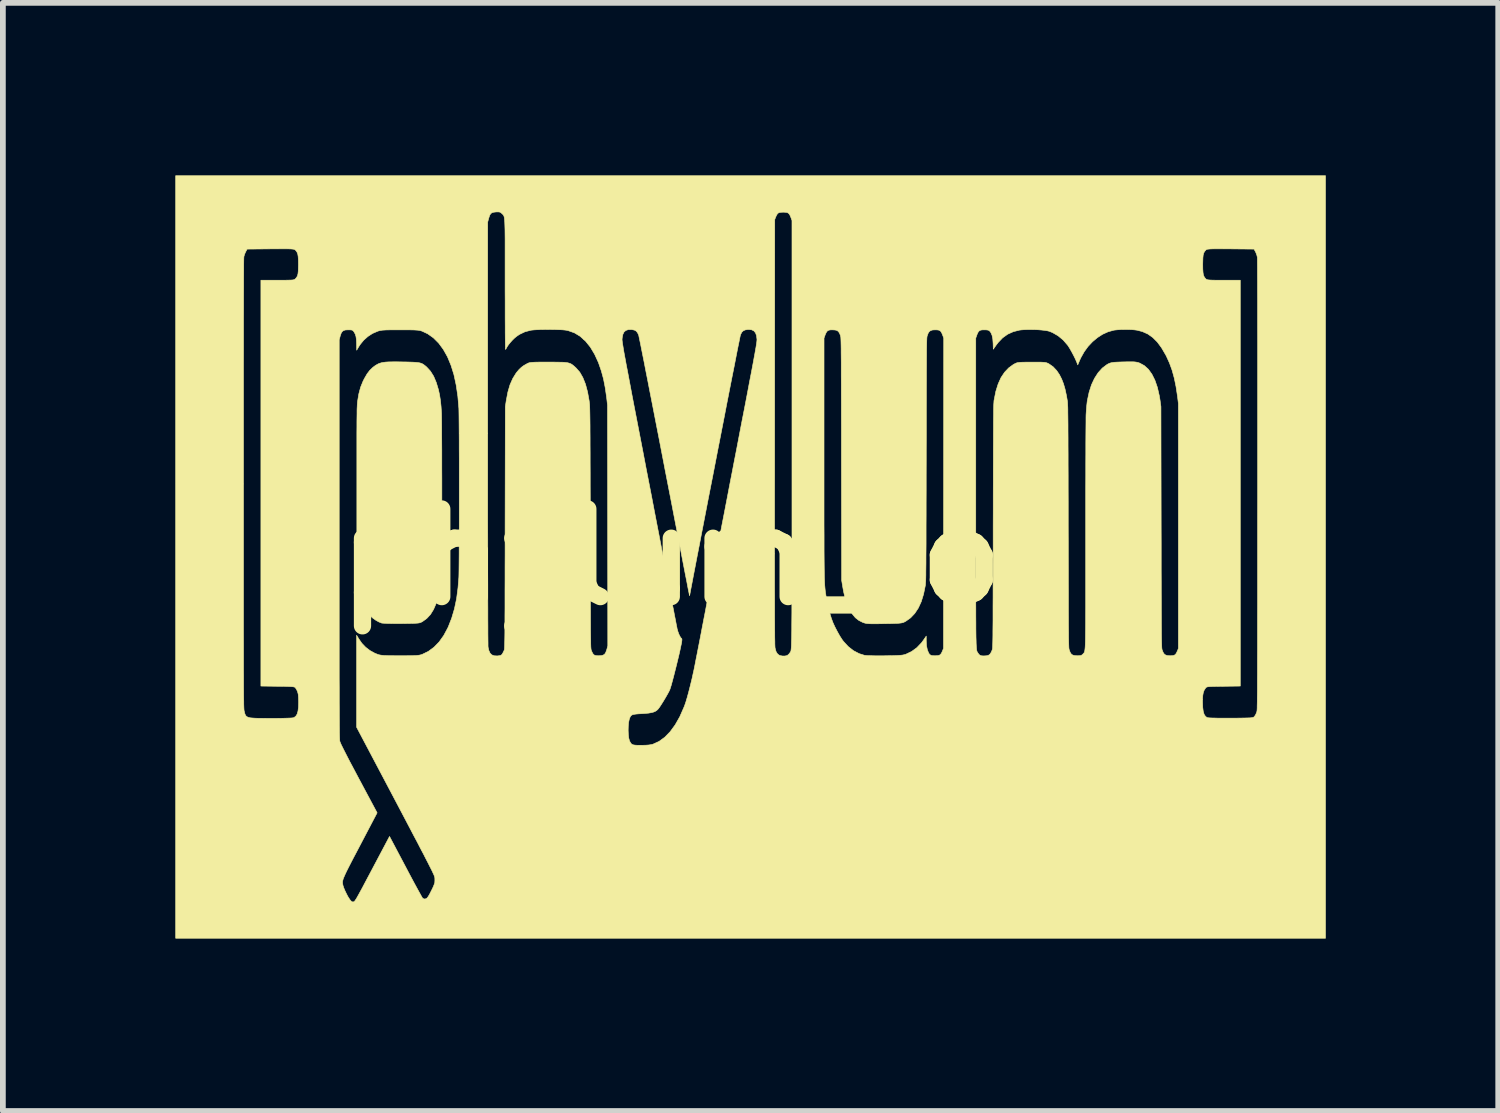
<source format=kicad_pcb>
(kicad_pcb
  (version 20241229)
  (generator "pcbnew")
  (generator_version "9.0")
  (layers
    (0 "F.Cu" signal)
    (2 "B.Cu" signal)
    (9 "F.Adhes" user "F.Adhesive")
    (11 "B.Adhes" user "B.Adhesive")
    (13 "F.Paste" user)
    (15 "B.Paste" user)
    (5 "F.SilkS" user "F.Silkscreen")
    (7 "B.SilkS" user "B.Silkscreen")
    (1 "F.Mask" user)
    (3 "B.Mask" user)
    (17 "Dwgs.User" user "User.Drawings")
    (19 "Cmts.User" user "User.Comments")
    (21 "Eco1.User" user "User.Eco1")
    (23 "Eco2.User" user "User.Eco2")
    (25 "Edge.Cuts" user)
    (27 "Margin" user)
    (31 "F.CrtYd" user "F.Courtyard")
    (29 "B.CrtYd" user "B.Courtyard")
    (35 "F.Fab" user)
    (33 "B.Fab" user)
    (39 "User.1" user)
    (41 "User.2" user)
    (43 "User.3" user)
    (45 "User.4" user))
  (footprint "phylum_logo"
    (layer "F.Cu")
    (at 10.003 6.636)
    (property "Reference" "phylum_logo" (at 0 0 0) (layer "F.SilkS") (effects (font (size 1.524 1.524) (thickness 0.3))))
    (attr through_hole)
    (fp_poly (pts (xy -6.107 -3.393) (xy -6.053 -3.392) (xy -5.977 -3.391) (xy -5.913 -3.389) (xy -5.86 -3.387) (xy -5.816 -3.384) (xy -5.781 -3.38) (xy -5.751 -3.375) (xy -5.727 -3.367) (xy -5.705 -3.358) (xy -5.685 -3.345) (xy -5.665 -3.33) (xy -5.643 -3.312) (xy -5.631 -3.301) (xy -5.567 -3.231) (xy -5.512 -3.143) (xy -5.466 -3.034) (xy -5.429 -2.912) (xy -5.409 -2.82) (xy -5.394 -2.726) (xy -5.383 -2.621) (xy -5.377 -2.533) (xy -5.375 -2.499) (xy -5.374 -2.441) (xy -5.373 -2.36) (xy -5.372 -2.26) (xy -5.372 -2.142) (xy -5.371 -2.009) (xy -5.37 -1.864) (xy -5.37 -1.707) (xy -5.37 -1.543) (xy -5.369 -1.373) (xy -5.369 -1.2) (xy -5.369 -1.026) (xy -5.369 -0.852) (xy -5.37 -0.683) (xy -5.37 -0.519) (xy -5.37 -0.363) (xy -5.371 -0.218) (xy -5.372 -0.086) (xy -5.372 0.032) (xy -5.373 0.131) (xy -5.374 0.211) (xy -5.375 0.269) (xy -5.377 0.301) (xy -5.385 0.419) (xy -5.397 0.52) (xy -5.414 0.612) (xy -5.429 0.679) (xy -5.467 0.806) (xy -5.513 0.912) (xy -5.567 1) (xy -5.632 1.07) (xy -5.707 1.124) (xy -5.709 1.125) (xy -5.722 1.132) (xy -5.735 1.138) (xy -5.749 1.143) (xy -5.765 1.147) (xy -5.786 1.15) (xy -5.812 1.152) (xy -5.845 1.154) (xy -5.886 1.155) (xy -5.938 1.156) (xy -6 1.157) (xy -6.068 1.158) (xy -6.134 1.158) (xy -6.198 1.158) (xy -6.256 1.157) (xy -6.309 1.156) (xy -6.354 1.154) (xy -6.388 1.152) (xy -6.412 1.15) (xy -6.419 1.148) (xy -6.464 1.13) (xy -6.515 1.102) (xy -6.565 1.067) (xy -6.608 1.03) (xy -6.623 1.014) (xy -6.666 0.958) (xy -6.709 0.885) (xy -6.749 0.804) (xy -6.781 0.722) (xy -6.797 0.668) (xy -6.804 0.638) (xy -6.811 0.612) (xy -6.817 0.587) (xy -6.823 0.562) (xy -6.827 0.535) (xy -6.831 0.505) (xy -6.835 0.47) (xy -6.838 0.429) (xy -6.84 0.381) (xy -6.842 0.322) (xy -6.844 0.253) (xy -6.845 0.171) (xy -6.846 0.075) (xy -6.847 -0.037) (xy -6.847 -0.167) (xy -6.847 -0.315) (xy -6.847 -0.484) (xy -6.847 -0.675) (xy -6.847 -0.89) (xy -6.847 -1.11) (xy -6.847 -1.342) (xy -6.847 -1.55) (xy -6.847 -1.733) (xy -6.847 -1.895) (xy -6.847 -2.037) (xy -6.847 -2.159) (xy -6.846 -2.264) (xy -6.846 -2.353) (xy -6.845 -2.428) (xy -6.844 -2.49) (xy -6.844 -2.542) (xy -6.843 -2.583) (xy -6.841 -2.617) (xy -6.84 -2.644) (xy -6.838 -2.667) (xy -6.837 -2.686) (xy -6.835 -2.703) (xy -6.835 -2.704) (xy -6.813 -2.836) (xy -6.782 -2.952) (xy -6.739 -3.058) (xy -6.717 -3.101) (xy -6.67 -3.183) (xy -6.622 -3.246) (xy -6.57 -3.296) (xy -6.525 -3.33) (xy -6.499 -3.345) (xy -6.474 -3.359) (xy -6.447 -3.369) (xy -6.418 -3.378) (xy -6.386 -3.384) (xy -6.347 -3.389) (xy -6.301 -3.392) (xy -6.247 -3.393) (xy -6.183 -3.394) (xy -6.107 -3.393)) (stroke (width 0.01) (type solid)) (fill yes) (layer "F.SilkS"))
    (fp_poly (pts (xy 9.998 6.631) (xy -9.998 6.631) (xy -9.998 -1.486) (xy -8.819 -1.486) (xy -8.819 -1.27) (xy -8.819 -0.887) (xy -8.819 -0.531) (xy -8.819 -0.199) (xy -8.819 0.109) (xy -8.819 0.394) (xy -8.819 0.656) (xy -8.819 0.898) (xy -8.819 1.119) (xy -8.819 1.321) (xy -8.818 1.504) (xy -8.818 1.669) (xy -8.818 1.818) (xy -8.818 1.951) (xy -8.817 2.069) (xy -8.817 2.174) (xy -8.817 2.265) (xy -8.816 2.344) (xy -8.816 2.412) (xy -8.815 2.47) (xy -8.814 2.518) (xy -8.814 2.558) (xy -8.813 2.591) (xy -8.812 2.617) (xy -8.811 2.637) (xy -8.81 2.652) (xy -8.809 2.663) (xy -8.808 2.672) (xy -8.807 2.678) (xy -8.806 2.68) (xy -8.8 2.706) (xy -8.794 2.728) (xy -8.786 2.747) (xy -8.777 2.762) (xy -8.764 2.774) (xy -8.747 2.784) (xy -8.724 2.792) (xy -8.695 2.798) (xy -8.658 2.801) (xy -8.612 2.804) (xy -8.556 2.806) (xy -8.489 2.806) (xy -8.409 2.807) (xy -8.343 2.807) (xy -8.244 2.807) (xy -8.158 2.806) (xy -8.087 2.804) (xy -8.029 2.802) (xy -7.986 2.8) (xy -7.957 2.797) (xy -7.941 2.793) (xy -7.941 2.793) (xy -7.909 2.769) (xy -7.886 2.733) (xy -7.871 2.681) (xy -7.862 2.612) (xy -7.86 2.523) (xy -7.862 2.445) (xy -7.867 2.386) (xy -7.879 2.341) (xy -7.897 2.303) (xy -7.912 2.281) (xy -7.917 2.274) (xy -7.923 2.268) (xy -7.931 2.263) (xy -7.943 2.26) (xy -7.96 2.257) (xy -7.983 2.255) (xy -8.014 2.253) (xy -8.053 2.252) (xy -8.103 2.25) (xy -8.164 2.249) (xy -8.224 2.249) (xy -8.516 2.245) (xy -8.516 -3.778) (xy -7.154 -3.778) (xy -7.154 -0.311) (xy -7.154 0.052) (xy -7.154 0.389) (xy -7.154 0.701) (xy -7.154 0.989) (xy -7.154 1.254) (xy -7.154 1.498) (xy -7.154 1.72) (xy -7.154 1.922) (xy -7.154 2.105) (xy -7.153 2.27) (xy -7.153 2.418) (xy -7.153 2.549) (xy -7.152 2.665) (xy -7.152 2.767) (xy -7.151 2.855) (xy -7.151 2.931) (xy -7.15 2.995) (xy -7.15 3.048) (xy -7.149 3.092) (xy -7.148 3.127) (xy -7.147 3.155) (xy -7.146 3.176) (xy -7.145 3.191) (xy -7.144 3.201) (xy -7.143 3.205) (xy -7.136 3.225) (xy -7.121 3.26) (xy -7.096 3.311) (xy -7.062 3.379) (xy -7.019 3.463) (xy -6.967 3.564) (xy -6.904 3.682) (xy -6.832 3.818) (xy -6.814 3.852) (xy -6.495 4.449) (xy -6.792 5.015) (xy -6.856 5.137) (xy -6.911 5.241) (xy -6.957 5.33) (xy -6.995 5.404) (xy -7.026 5.466) (xy -7.05 5.517) (xy -7.068 5.558) (xy -7.082 5.591) (xy -7.09 5.618) (xy -7.095 5.64) (xy -7.096 5.659) (xy -7.095 5.676) (xy -7.092 5.694) (xy -7.089 5.71) (xy -7.076 5.751) (xy -7.055 5.801) (xy -7.029 5.855) (xy -7.002 5.907) (xy -6.975 5.949) (xy -6.966 5.962) (xy -6.943 5.988) (xy -6.926 5.998) (xy -6.907 5.998) (xy -6.904 5.998) (xy -6.898 5.995) (xy -6.891 5.99) (xy -6.882 5.98) (xy -6.871 5.964) (xy -6.856 5.942) (xy -6.838 5.91) (xy -6.815 5.869) (xy -6.786 5.816) (xy -6.75 5.75) (xy -6.708 5.67) (xy -6.657 5.574) (xy -6.597 5.461) (xy -6.578 5.425) (xy -6.279 4.86) (xy -5.999 5.389) (xy -5.947 5.488) (xy -5.897 5.582) (xy -5.851 5.668) (xy -5.809 5.745) (xy -5.773 5.811) (xy -5.743 5.865) (xy -5.721 5.905) (xy -5.707 5.928) (xy -5.703 5.934) (xy -5.676 5.948) (xy -5.645 5.944) (xy -5.625 5.93) (xy -5.609 5.909) (xy -5.588 5.875) (xy -5.565 5.831) (xy -5.541 5.783) (xy -5.519 5.737) (xy -5.503 5.697) (xy -5.493 5.668) (xy -5.492 5.663) (xy -5.49 5.624) (xy -5.491 5.58) (xy -5.492 5.578) (xy -5.493 5.569) (xy -5.496 5.558) (xy -5.502 5.542) (xy -5.51 5.522) (xy -5.522 5.497) (xy -5.537 5.464) (xy -5.557 5.424) (xy -5.582 5.375) (xy -5.611 5.317) (xy -5.647 5.248) (xy -5.688 5.167) (xy -5.737 5.075) (xy -5.792 4.968) (xy -5.856 4.848) (xy -5.927 4.712) (xy -6.007 4.56) (xy -6.096 4.391) (xy -6.173 4.245) (xy -6.851 2.961) (xy -6.851 1.361) (xy -6.814 1.423) (xy -6.76 1.501) (xy -6.694 1.57) (xy -6.618 1.628) (xy -6.534 1.674) (xy -6.484 1.694) (xy -6.466 1.7) (xy -6.447 1.704) (xy -6.425 1.708) (xy -6.399 1.711) (xy -6.367 1.714) (xy -6.328 1.715) (xy -6.281 1.717) (xy -6.223 1.717) (xy -6.154 1.718) (xy -6.096 1.718) (xy -6.018 1.718) (xy -5.953 1.717) (xy -5.899 1.717) (xy -5.854 1.715) (xy -5.818 1.714) (xy -5.789 1.711) (xy -5.765 1.708) (xy -5.745 1.704) (xy -5.727 1.699) (xy -5.711 1.694) (xy -5.604 1.642) (xy -5.505 1.569) (xy -5.416 1.477) (xy -5.336 1.365) (xy -5.266 1.234) (xy -5.257 1.215) (xy -5.198 1.064) (xy -5.15 0.902) (xy -5.113 0.727) (xy -5.088 0.536) (xy -5.073 0.35) (xy -5.072 0.312) (xy -5.071 0.25) (xy -5.07 0.167) (xy -5.069 0.063) (xy -5.068 -0.058) (xy -5.068 -0.194) (xy -5.067 -0.343) (xy -5.066 -0.503) (xy -5.066 -0.671) (xy -5.066 -0.844) (xy -5.066 -1.021) (xy -5.066 -1.2) (xy -5.066 -1.377) (xy -5.066 -1.551) (xy -5.066 -1.719) (xy -5.067 -1.879) (xy -5.067 -2.029) (xy -5.068 -2.166) (xy -5.069 -2.288) (xy -5.07 -2.393) (xy -5.071 -2.478) (xy -5.072 -2.541) (xy -5.073 -2.58) (xy -5.073 -2.582) (xy -5.091 -2.794) (xy -5.12 -2.99) (xy -5.159 -3.171) (xy -5.21 -3.334) (xy -5.271 -3.481) (xy -5.343 -3.609) (xy -5.424 -3.719) (xy -5.515 -3.81) (xy -5.615 -3.881) (xy -5.711 -3.926) (xy -5.728 -3.932) (xy -5.746 -3.937) (xy -5.766 -3.941) (xy -5.791 -3.944) (xy -5.821 -3.946) (xy -5.857 -3.948) (xy -5.902 -3.949) (xy -5.957 -3.95) (xy -6.024 -3.95) (xy -6.096 -3.95) (xy -6.174 -3.95) (xy -6.239 -3.95) (xy -6.293 -3.949) (xy -6.338 -3.948) (xy -6.374 -3.946) (xy -6.404 -3.944) (xy -6.429 -3.94) (xy -6.45 -3.936) (xy -6.469 -3.931) (xy -6.487 -3.925) (xy -6.575 -3.887) (xy -6.655 -3.835) (xy -6.727 -3.771) (xy -6.787 -3.698) (xy -6.812 -3.66) (xy -6.85 -3.596) (xy -6.852 -3.709) (xy -6.855 -3.78) (xy -6.862 -3.832) (xy -6.874 -3.873) (xy -6.894 -3.909) (xy -6.903 -3.923) (xy -6.914 -3.935) (xy -6.927 -3.944) (xy -6.945 -3.948) (xy -6.972 -3.95) (xy -6.998 -3.95) (xy -7.043 -3.948) (xy -7.076 -3.939) (xy -7.101 -3.921) (xy -7.119 -3.893) (xy -7.134 -3.852) (xy -7.138 -3.837) (xy -7.154 -3.778) (xy -8.516 -3.778) (xy -8.516 -4.813) (xy -8.228 -4.813) (xy -8.157 -4.813) (xy -8.098 -4.813) (xy -8.05 -4.814) (xy -8.012 -4.815) (xy -7.983 -4.816) (xy -7.961 -4.818) (xy -7.945 -4.821) (xy -7.933 -4.825) (xy -7.925 -4.83) (xy -7.918 -4.836) (xy -7.916 -4.837) (xy -7.895 -4.862) (xy -7.88 -4.889) (xy -7.871 -4.924) (xy -7.866 -4.971) (xy -7.864 -5.037) (xy -7.863 -5.087) (xy -7.864 -5.167) (xy -7.868 -5.226) (xy -7.875 -5.268) (xy -7.887 -5.299) (xy -7.905 -5.325) (xy -7.917 -5.337) (xy -7.923 -5.342) (xy -7.93 -5.347) (xy -7.94 -5.35) (xy -7.954 -5.353) (xy -7.973 -5.355) (xy -7.998 -5.357) (xy -8.03 -5.358) (xy -8.07 -5.359) (xy -8.12 -5.359) (xy -8.18 -5.359) (xy -8.253 -5.358) (xy -8.338 -5.358) (xy -8.348 -5.358) (xy -8.755 -5.354) (xy -8.78 -5.308) (xy -8.797 -5.27) (xy -8.81 -5.229) (xy -8.812 -5.214) (xy -8.813 -5.196) (xy -8.814 -5.151) (xy -8.815 -5.079) (xy -8.815 -4.982) (xy -8.816 -4.86) (xy -8.816 -4.711) (xy -8.817 -4.538) (xy -8.817 -4.34) (xy -8.818 -4.118) (xy -8.818 -3.871) (xy -8.818 -3.6) (xy -8.819 -3.305) (xy -8.819 -2.987) (xy -8.819 -2.646) (xy -8.819 -2.282) (xy -8.819 -1.895) (xy -8.819 -1.486) (xy -9.998 -1.486) (xy -9.998 -5.823) (xy -4.572 -5.823) (xy -4.572 -2.153) (xy -4.572 -1.73) (xy -4.572 -1.333) (xy -4.572 -0.963) (xy -4.572 -0.619) (xy -4.571 -0.3) (xy -4.571 -0.008) (xy -4.571 0.259) (xy -4.57 0.5) (xy -4.57 0.717) (xy -4.569 0.908) (xy -4.569 1.075) (xy -4.568 1.217) (xy -4.568 1.335) (xy -4.567 1.428) (xy -4.566 1.498) (xy -4.566 1.544) (xy -4.565 1.566) (xy -4.565 1.567) (xy -4.551 1.628) (xy -4.53 1.673) (xy -4.501 1.702) (xy -4.461 1.718) (xy -4.41 1.721) (xy -4.405 1.721) (xy -4.371 1.717) (xy -4.347 1.712) (xy -4.331 1.702) (xy -4.32 1.69) (xy -4.302 1.658) (xy -4.287 1.626) (xy -4.285 1.621) (xy -4.283 1.615) (xy -4.281 1.607) (xy -4.28 1.595) (xy -4.279 1.579) (xy -4.278 1.557) (xy -4.277 1.528) (xy -4.276 1.491) (xy -4.275 1.444) (xy -4.274 1.386) (xy -4.273 1.316) (xy -4.273 1.233) (xy -4.272 1.135) (xy -4.272 1.021) (xy -4.271 0.89) (xy -4.271 0.741) (xy -4.271 0.571) (xy -4.27 0.382) (xy -4.27 0.169) (xy -4.269 -0.066) (xy -4.269 -0.326) (xy -4.269 -0.512) (xy -4.265 -2.614) (xy -4.249 -2.72) (xy -4.221 -2.867) (xy -4.184 -2.994) (xy -4.136 -3.103) (xy -4.078 -3.197) (xy -4.065 -3.214) (xy -4.025 -3.261) (xy -3.986 -3.298) (xy -3.944 -3.329) (xy -3.893 -3.358) (xy -3.892 -3.359) (xy -3.878 -3.366) (xy -3.865 -3.372) (xy -3.851 -3.377) (xy -3.835 -3.38) (xy -3.815 -3.383) (xy -3.79 -3.385) (xy -3.758 -3.387) (xy -3.719 -3.388) (xy -3.67 -3.389) (xy -3.611 -3.389) (xy -3.539 -3.389) (xy -3.51 -3.389) (xy -3.429 -3.389) (xy -3.36 -3.388) (xy -3.303 -3.387) (xy -3.255 -3.386) (xy -3.216 -3.382) (xy -3.183 -3.378) (xy -3.156 -3.371) (xy -3.132 -3.362) (xy -3.111 -3.351) (xy -3.091 -3.336) (xy -3.07 -3.319) (xy -3.047 -3.298) (xy -3.035 -3.287) (xy -2.971 -3.214) (xy -2.917 -3.12) (xy -2.871 -3.005) (xy -2.835 -2.87) (xy -2.807 -2.714) (xy -2.804 -2.686) (xy -2.802 -2.671) (xy -2.8 -2.654) (xy -2.799 -2.634) (xy -2.798 -2.609) (xy -2.797 -2.578) (xy -2.796 -2.539) (xy -2.795 -2.492) (xy -2.794 -2.435) (xy -2.793 -2.366) (xy -2.792 -2.285) (xy -2.792 -2.19) (xy -2.791 -2.08) (xy -2.791 -1.953) (xy -2.79 -1.809) (xy -2.79 -1.645) (xy -2.789 -1.462) (xy -2.789 -1.257) (xy -2.788 -1.029) (xy -2.788 -0.776) (xy -2.787 -0.499) (xy -2.787 -0.223) (xy -2.786 0.028) (xy -2.786 0.255) (xy -2.785 0.458) (xy -2.785 0.64) (xy -2.785 0.801) (xy -2.784 0.943) (xy -2.784 1.068) (xy -2.783 1.175) (xy -2.783 1.267) (xy -2.782 1.345) (xy -2.781 1.411) (xy -2.78 1.464) (xy -2.78 1.507) (xy -2.779 1.541) (xy -2.778 1.567) (xy -2.776 1.586) (xy -2.775 1.6) (xy -2.773 1.61) (xy -2.772 1.617) (xy -2.77 1.623) (xy -2.769 1.626) (xy -2.752 1.664) (xy -2.736 1.691) (xy -2.716 1.707) (xy -2.691 1.715) (xy -2.655 1.718) (xy -2.64 1.718) (xy -2.595 1.715) (xy -2.562 1.706) (xy -2.537 1.689) (xy -2.519 1.661) (xy -2.504 1.619) (xy -2.499 1.604) (xy -2.483 1.544) (xy -2.485 -0.548) (xy -2.488 -2.64) (xy -2.503 -2.771) (xy -2.528 -2.944) (xy -2.558 -3.098) (xy -2.596 -3.237) (xy -2.641 -3.367) (xy -2.645 -3.379) (xy -2.712 -3.525) (xy -2.787 -3.65) (xy -2.871 -3.754) (xy -2.898 -3.778) (xy -2.235 -3.778) (xy -2.234 -3.766) (xy -2.232 -3.749) (xy -2.229 -3.727) (xy -2.225 -3.699) (xy -2.219 -3.663) (xy -2.212 -3.619) (xy -2.203 -3.565) (xy -2.191 -3.501) (xy -2.177 -3.425) (xy -2.161 -3.337) (xy -2.141 -3.235) (xy -2.119 -3.118) (xy -2.094 -2.985) (xy -2.066 -2.835) (xy -2.034 -2.668) (xy -1.998 -2.482) (xy -1.958 -2.275) (xy -1.914 -2.048) (xy -1.866 -1.799) (xy -1.814 -1.526) (xy -1.764 -1.27) (xy -1.716 -1.023) (xy -1.67 -0.781) (xy -1.625 -0.548) (xy -1.581 -0.322) (xy -1.54 -0.107) (xy -1.5 0.097) (xy -1.463 0.289) (xy -1.429 0.467) (xy -1.397 0.63) (xy -1.369 0.777) (xy -1.343 0.907) (xy -1.322 1.018) (xy -1.304 1.109) (xy -1.291 1.179) (xy -1.281 1.227) (xy -1.277 1.251) (xy -1.276 1.253) (xy -1.264 1.296) (xy -1.248 1.34) (xy -1.229 1.379) (xy -1.212 1.406) (xy -1.199 1.417) (xy -1.194 1.428) (xy -1.195 1.455) (xy -1.2 1.492) (xy -1.212 1.548) (xy -1.227 1.62) (xy -1.246 1.704) (xy -1.268 1.795) (xy -1.291 1.89) (xy -1.315 1.985) (xy -1.338 2.076) (xy -1.36 2.158) (xy -1.379 2.228) (xy -1.396 2.282) (xy -1.402 2.301) (xy -1.414 2.328) (xy -1.435 2.368) (xy -1.462 2.416) (xy -1.493 2.469) (xy -1.525 2.522) (xy -1.556 2.571) (xy -1.583 2.612) (xy -1.605 2.641) (xy -1.614 2.652) (xy -1.636 2.671) (xy -1.662 2.687) (xy -1.693 2.699) (xy -1.731 2.708) (xy -1.777 2.716) (xy -1.834 2.721) (xy -1.891 2.725) (xy -1.948 2.728) (xy -1.993 2.732) (xy -2.027 2.737) (xy -2.052 2.743) (xy -2.071 2.753) (xy -2.084 2.766) (xy -2.095 2.784) (xy -2.104 2.807) (xy -2.11 2.824) (xy -2.121 2.876) (xy -2.127 2.942) (xy -2.129 3.014) (xy -2.126 3.085) (xy -2.119 3.148) (xy -2.107 3.193) (xy -2.105 3.199) (xy -2.092 3.223) (xy -2.08 3.242) (xy -2.067 3.255) (xy -2.049 3.265) (xy -2.025 3.27) (xy -1.992 3.274) (xy -1.95 3.275) (xy -1.904 3.275) (xy -1.833 3.274) (xy -1.774 3.27) (xy -1.727 3.263) (xy -1.696 3.255) (xy -1.591 3.207) (xy -1.491 3.134) (xy -1.398 3.038) (xy -1.311 2.919) (xy -1.231 2.778) (xy -1.159 2.614) (xy -1.148 2.587) (xy -1.126 2.523) (xy -1.126 2.523) (xy 7.86 2.523) (xy 7.863 2.615) (xy 7.872 2.685) (xy 7.887 2.736) (xy 7.911 2.772) (xy 7.938 2.792) (xy 7.951 2.795) (xy 7.977 2.798) (xy 8.016 2.8) (xy 8.068 2.801) (xy 8.131 2.803) (xy 8.205 2.803) (xy 8.289 2.803) (xy 8.35 2.803) (xy 8.434 2.803) (xy 8.505 2.802) (xy 8.564 2.801) (xy 8.613 2.8) (xy 8.652 2.799) (xy 8.683 2.798) (xy 8.707 2.796) (xy 8.725 2.793) (xy 8.738 2.79) (xy 8.747 2.786) (xy 8.754 2.782) (xy 8.76 2.776) (xy 8.763 2.773) (xy 8.783 2.743) (xy 8.8 2.704) (xy 8.802 2.7) (xy 8.803 2.695) (xy 8.804 2.69) (xy 8.805 2.683) (xy 8.807 2.674) (xy 8.808 2.661) (xy 8.809 2.644) (xy 8.81 2.622) (xy 8.81 2.594) (xy 8.811 2.558) (xy 8.812 2.515) (xy 8.812 2.463) (xy 8.813 2.401) (xy 8.814 2.329) (xy 8.814 2.245) (xy 8.814 2.148) (xy 8.815 2.038) (xy 8.815 1.913) (xy 8.815 1.774) (xy 8.816 1.618) (xy 8.816 1.445) (xy 8.816 1.254) (xy 8.816 1.045) (xy 8.817 0.815) (xy 8.817 0.565) (xy 8.817 0.293) (xy 8.817 -0.001) (xy 8.817 -0.319) (xy 8.817 -0.662) (xy 8.818 -1.029) (xy 8.818 -1.255) (xy 8.818 -1.681) (xy 8.818 -2.084) (xy 8.818 -2.464) (xy 8.818 -2.82) (xy 8.818 -3.153) (xy 8.818 -3.461) (xy 8.818 -3.745) (xy 8.817 -4.005) (xy 8.817 -4.24) (xy 8.817 -4.451) (xy 8.816 -4.636) (xy 8.816 -4.796) (xy 8.815 -4.93) (xy 8.815 -5.039) (xy 8.814 -5.121) (xy 8.814 -5.178) (xy 8.813 -5.208) (xy 8.813 -5.212) (xy 8.803 -5.252) (xy 8.787 -5.294) (xy 8.78 -5.308) (xy 8.755 -5.354) (xy 8.348 -5.358) (xy 8.262 -5.358) (xy 8.188 -5.359) (xy 8.126 -5.359) (xy 8.075 -5.359) (xy 8.034 -5.358) (xy 8.001 -5.357) (xy 7.976 -5.355) (xy 7.956 -5.353) (xy 7.942 -5.351) (xy 7.931 -5.347) (xy 7.924 -5.343) (xy 7.917 -5.338) (xy 7.917 -5.337) (xy 7.896 -5.313) (xy 7.881 -5.286) (xy 7.871 -5.25) (xy 7.866 -5.2) (xy 7.864 -5.132) (xy 7.863 -5.087) (xy 7.864 -5.008) (xy 7.868 -4.95) (xy 7.874 -4.908) (xy 7.886 -4.877) (xy 7.903 -4.852) (xy 7.916 -4.837) (xy 7.923 -4.831) (xy 7.932 -4.826) (xy 7.943 -4.822) (xy 7.958 -4.819) (xy 7.979 -4.817) (xy 8.007 -4.815) (xy 8.043 -4.814) (xy 8.089 -4.813) (xy 8.145 -4.813) (xy 8.215 -4.813) (xy 8.228 -4.813) (xy 8.516 -4.813) (xy 8.516 2.245) (xy 8.224 2.249) (xy 8.152 2.25) (xy 8.093 2.251) (xy 8.045 2.252) (xy 8.007 2.253) (xy 7.978 2.255) (xy 7.956 2.257) (xy 7.941 2.26) (xy 7.93 2.264) (xy 7.922 2.269) (xy 7.916 2.275) (xy 7.912 2.281) (xy 7.888 2.318) (xy 7.873 2.359) (xy 7.864 2.408) (xy 7.86 2.474) (xy 7.86 2.523) (xy -1.126 2.523) (xy -1.101 2.439) (xy -1.074 2.339) (xy -1.046 2.229) (xy -1.018 2.114) (xy -0.993 1.999) (xy -0.991 1.992) (xy -0.982 1.949) (xy -0.969 1.885) (xy -0.953 1.801) (xy -0.933 1.701) (xy -0.911 1.588) (xy -0.887 1.466) (xy -0.862 1.336) (xy -0.837 1.203) (xy -0.829 1.163) (xy -0.812 1.074) (xy -0.79 0.962) (xy -0.765 0.828) (xy -0.735 0.675) (xy -0.702 0.505) (xy -0.667 0.319) (xy -0.628 0.12) (xy -0.587 -0.091) (xy -0.55 -0.288) (xy 0.417 -0.288) (xy 0.417 -0.054) (xy 0.417 0.159) (xy 0.417 0.353) (xy 0.417 0.529) (xy 0.418 0.687) (xy 0.418 0.829) (xy 0.418 0.955) (xy 0.418 1.066) (xy 0.419 1.164) (xy 0.419 1.248) (xy 0.42 1.321) (xy 0.42 1.382) (xy 0.421 1.434) (xy 0.422 1.476) (xy 0.422 1.51) (xy 0.423 1.536) (xy 0.424 1.556) (xy 0.425 1.571) (xy 0.426 1.581) (xy 0.427 1.586) (xy 0.442 1.642) (xy 0.463 1.679) (xy 0.492 1.705) (xy 0.518 1.716) (xy 0.553 1.722) (xy 0.589 1.723) (xy 0.622 1.718) (xy 0.643 1.709) (xy 0.665 1.69) (xy 0.684 1.666) (xy 0.687 1.66) (xy 0.691 1.656) (xy 0.694 1.652) (xy 0.697 1.646) (xy 0.699 1.639) (xy 0.702 1.63) (xy 0.704 1.616) (xy 0.706 1.598) (xy 0.708 1.575) (xy 0.71 1.545) (xy 0.711 1.508) (xy 0.712 1.462) (xy 0.714 1.408) (xy 0.715 1.343) (xy 0.716 1.267) (xy 0.716 1.179) (xy 0.717 1.078) (xy 0.718 0.963) (xy 0.718 0.834) (xy 0.719 0.688) (xy 0.719 0.527) (xy 0.719 0.347) (xy 0.719 0.149) (xy 0.72 -0.069) (xy 0.72 -0.306) (xy 0.72 -0.566) (xy 0.72 -0.847) (xy 0.72 -1.152) (xy 0.72 -1.442) (xy 1.277 -1.442) (xy 1.277 -1.185) (xy 1.277 -0.953) (xy 1.277 -0.743) (xy 1.277 -0.554) (xy 1.278 -0.386) (xy 1.278 -0.236) (xy 1.278 -0.104) (xy 1.279 0.012) (xy 1.28 0.114) (xy 1.281 0.202) (xy 1.282 0.278) (xy 1.283 0.343) (xy 1.285 0.398) (xy 1.287 0.446) (xy 1.289 0.487) (xy 1.292 0.522) (xy 1.295 0.554) (xy 1.298 0.582) (xy 1.301 0.609) (xy 1.305 0.636) (xy 1.31 0.665) (xy 1.313 0.688) (xy 1.331 0.784) (xy 1.354 0.888) (xy 1.381 0.99) (xy 1.407 1.074) (xy 1.433 1.143) (xy 1.468 1.219) (xy 1.509 1.298) (xy 1.551 1.373) (xy 1.592 1.437) (xy 1.616 1.469) (xy 1.699 1.559) (xy 1.79 1.63) (xy 1.888 1.681) (xy 1.981 1.71) (xy 2.001 1.712) (xy 2.034 1.715) (xy 2.077 1.716) (xy 2.129 1.718) (xy 2.187 1.719) (xy 2.25 1.719) (xy 2.315 1.719) (xy 2.339 1.718) (xy 2.416 1.717) (xy 2.48 1.716) (xy 2.534 1.714) (xy 2.577 1.712) (xy 2.613 1.709) (xy 2.642 1.706) (xy 2.666 1.701) (xy 2.686 1.696) (xy 2.699 1.692) (xy 2.8 1.644) (xy 2.891 1.578) (xy 2.973 1.492) (xy 3.008 1.444) (xy 3.055 1.376) (xy 3.055 1.461) (xy 3.06 1.546) (xy 3.075 1.618) (xy 3.098 1.672) (xy 3.111 1.691) (xy 3.125 1.703) (xy 3.142 1.712) (xy 3.163 1.716) (xy 3.194 1.718) (xy 3.212 1.718) (xy 3.251 1.716) (xy 3.28 1.71) (xy 3.301 1.697) (xy 3.318 1.675) (xy 3.334 1.641) (xy 3.34 1.626) (xy 3.355 1.589) (xy 3.356 -0.243) (xy 3.916 -0.243) (xy 3.916 0.001) (xy 3.916 0.223) (xy 3.916 0.423) (xy 3.916 0.604) (xy 3.916 0.765) (xy 3.917 0.908) (xy 3.917 1.035) (xy 3.918 1.146) (xy 3.918 1.242) (xy 3.919 1.324) (xy 3.92 1.395) (xy 3.922 1.453) (xy 3.923 1.502) (xy 3.925 1.541) (xy 3.927 1.573) (xy 3.929 1.597) (xy 3.931 1.616) (xy 3.934 1.629) (xy 3.937 1.64) (xy 3.94 1.647) (xy 3.943 1.653) (xy 3.947 1.659) (xy 3.951 1.666) (xy 3.953 1.668) (xy 3.971 1.694) (xy 3.991 1.71) (xy 4.018 1.719) (xy 4.054 1.721) (xy 4.075 1.72) (xy 4.111 1.717) (xy 4.137 1.709) (xy 4.156 1.697) (xy 4.163 1.69) (xy 4.183 1.66) (xy 4.2 1.621) (xy 4.201 1.617) (xy 4.203 1.611) (xy 4.205 1.603) (xy 4.207 1.594) (xy 4.208 1.581) (xy 4.209 1.563) (xy 4.21 1.54) (xy 4.211 1.509) (xy 4.212 1.47) (xy 4.213 1.421) (xy 4.214 1.362) (xy 4.214 1.29) (xy 4.215 1.204) (xy 4.216 1.104) (xy 4.216 0.988) (xy 4.216 0.855) (xy 4.217 0.703) (xy 4.217 0.532) (xy 4.218 0.339) (xy 4.218 0.125) (xy 4.219 -0.113) (xy 4.219 -0.376) (xy 4.219 -0.541) (xy 4.22 -0.82) (xy 4.22 -1.074) (xy 4.221 -1.303) (xy 4.221 -1.51) (xy 4.222 -1.694) (xy 4.222 -1.859) (xy 4.223 -2.004) (xy 4.223 -2.131) (xy 4.224 -2.242) (xy 4.224 -2.338) (xy 4.225 -2.419) (xy 4.226 -2.488) (xy 4.226 -2.545) (xy 4.227 -2.592) (xy 4.228 -2.63) (xy 4.229 -2.66) (xy 4.231 -2.684) (xy 4.232 -2.703) (xy 4.233 -2.718) (xy 4.235 -2.73) (xy 4.236 -2.734) (xy 4.265 -2.88) (xy 4.305 -3.008) (xy 4.355 -3.119) (xy 4.417 -3.212) (xy 4.489 -3.288) (xy 4.571 -3.348) (xy 4.59 -3.358) (xy 4.606 -3.366) (xy 4.621 -3.373) (xy 4.637 -3.378) (xy 4.656 -3.381) (xy 4.68 -3.384) (xy 4.709 -3.386) (xy 4.747 -3.387) (xy 4.795 -3.388) (xy 4.854 -3.388) (xy 4.889 -3.388) (xy 4.955 -3.388) (xy 5.008 -3.388) (xy 5.05 -3.388) (xy 5.084 -3.386) (xy 5.11 -3.384) (xy 5.131 -3.381) (xy 5.148 -3.377) (xy 5.163 -3.371) (xy 5.178 -3.364) (xy 5.189 -3.358) (xy 5.261 -3.308) (xy 5.323 -3.242) (xy 5.371 -3.171) (xy 5.41 -3.094) (xy 5.442 -3.012) (xy 5.469 -2.919) (xy 5.493 -2.808) (xy 5.509 -2.714) (xy 5.511 -2.702) (xy 5.512 -2.688) (xy 5.513 -2.668) (xy 5.514 -2.643) (xy 5.516 -2.61) (xy 5.517 -2.569) (xy 5.517 -2.519) (xy 5.518 -2.457) (xy 5.519 -2.383) (xy 5.52 -2.296) (xy 5.52 -2.194) (xy 5.521 -2.077) (xy 5.521 -1.942) (xy 5.522 -1.788) (xy 5.522 -1.615) (xy 5.523 -1.421) (xy 5.523 -1.205) (xy 5.524 -0.965) (xy 5.524 -0.7) (xy 5.524 -0.535) (xy 5.525 -0.257) (xy 5.525 -0.005) (xy 5.526 0.222) (xy 5.526 0.427) (xy 5.527 0.61) (xy 5.527 0.773) (xy 5.527 0.916) (xy 5.528 1.042) (xy 5.528 1.151) (xy 5.529 1.244) (xy 5.53 1.324) (xy 5.53 1.39) (xy 5.531 1.445) (xy 5.532 1.489) (xy 5.533 1.524) (xy 5.534 1.551) (xy 5.535 1.572) (xy 5.536 1.587) (xy 5.538 1.599) (xy 5.54 1.607) (xy 5.541 1.614) (xy 5.542 1.617) (xy 5.558 1.659) (xy 5.577 1.688) (xy 5.602 1.706) (xy 5.636 1.715) (xy 5.68 1.718) (xy 5.715 1.717) (xy 5.739 1.714) (xy 5.756 1.708) (xy 5.77 1.698) (xy 5.78 1.688) (xy 5.786 1.681) (xy 5.792 1.675) (xy 5.797 1.669) (xy 5.802 1.662) (xy 5.806 1.653) (xy 5.81 1.639) (xy 5.813 1.621) (xy 5.816 1.596) (xy 5.819 1.564) (xy 5.821 1.522) (xy 5.823 1.471) (xy 5.824 1.407) (xy 5.825 1.332) (xy 5.826 1.242) (xy 5.827 1.136) (xy 5.827 1.014) (xy 5.828 0.875) (xy 5.828 0.716) (xy 5.828 0.536) (xy 5.828 0.335) (xy 5.828 0.111) (xy 5.828 -0.138) (xy 5.828 -0.39) (xy 5.828 -0.673) (xy 5.828 -0.939) (xy 5.828 -1.187) (xy 5.829 -1.416) (xy 5.829 -1.626) (xy 5.83 -1.815) (xy 5.83 -1.983) (xy 5.831 -2.128) (xy 5.832 -2.251) (xy 5.833 -2.35) (xy 5.833 -2.424) (xy 5.834 -2.473) (xy 5.835 -2.489) (xy 5.84 -2.561) (xy 5.846 -2.634) (xy 5.853 -2.697) (xy 5.857 -2.723) (xy 5.887 -2.864) (xy 5.928 -2.993) (xy 5.981 -3.106) (xy 6.044 -3.204) (xy 6.116 -3.284) (xy 6.195 -3.344) (xy 6.219 -3.358) (xy 6.237 -3.366) (xy 6.255 -3.373) (xy 6.274 -3.378) (xy 6.298 -3.382) (xy 6.327 -3.386) (xy 6.364 -3.388) (xy 6.41 -3.39) (xy 6.468 -3.392) (xy 6.488 -3.392) (xy 6.55 -3.394) (xy 6.599 -3.394) (xy 6.639 -3.394) (xy 6.671 -3.393) (xy 6.697 -3.39) (xy 6.72 -3.386) (xy 6.74 -3.381) (xy 6.761 -3.374) (xy 6.768 -3.371) (xy 6.847 -3.328) (xy 6.918 -3.264) (xy 6.979 -3.179) (xy 7.031 -3.075) (xy 7.074 -2.951) (xy 7.107 -2.808) (xy 7.121 -2.726) (xy 7.136 -2.614) (xy 7.14 -0.521) (xy 7.141 -0.245) (xy 7.141 0.006) (xy 7.141 0.233) (xy 7.142 0.437) (xy 7.142 0.619) (xy 7.143 0.781) (xy 7.143 0.924) (xy 7.144 1.048) (xy 7.144 1.156) (xy 7.145 1.249) (xy 7.145 1.328) (xy 7.146 1.393) (xy 7.147 1.447) (xy 7.148 1.491) (xy 7.149 1.526) (xy 7.15 1.553) (xy 7.151 1.573) (xy 7.152 1.588) (xy 7.154 1.599) (xy 7.155 1.607) (xy 7.157 1.614) (xy 7.158 1.617) (xy 7.174 1.658) (xy 7.193 1.687) (xy 7.217 1.705) (xy 7.25 1.715) (xy 7.294 1.718) (xy 7.297 1.718) (xy 7.336 1.716) (xy 7.365 1.71) (xy 7.386 1.697) (xy 7.403 1.675) (xy 7.419 1.641) (xy 7.426 1.626) (xy 7.44 1.589) (xy 7.44 -2.667) (xy 7.425 -2.789) (xy 7.399 -2.961) (xy 7.368 -3.112) (xy 7.33 -3.249) (xy 7.284 -3.375) (xy 7.228 -3.498) (xy 7.218 -3.516) (xy 7.147 -3.638) (xy 7.073 -3.738) (xy 6.994 -3.817) (xy 6.909 -3.877) (xy 6.815 -3.919) (xy 6.725 -3.943) (xy 6.681 -3.949) (xy 6.626 -3.954) (xy 6.565 -3.956) (xy 6.501 -3.956) (xy 6.438 -3.955) (xy 6.38 -3.951) (xy 6.331 -3.946) (xy 6.314 -3.943) (xy 6.217 -3.916) (xy 6.122 -3.873) (xy 6.032 -3.815) (xy 5.947 -3.744) (xy 5.869 -3.661) (xy 5.802 -3.569) (xy 5.745 -3.468) (xy 5.724 -3.423) (xy 5.69 -3.341) (xy 5.673 -3.385) (xy 5.649 -3.441) (xy 5.618 -3.504) (xy 5.584 -3.568) (xy 5.551 -3.626) (xy 5.522 -3.672) (xy 5.514 -3.683) (xy 5.436 -3.773) (xy 5.348 -3.846) (xy 5.251 -3.902) (xy 5.194 -3.925) (xy 5.162 -3.933) (xy 5.119 -3.94) (xy 5.066 -3.946) (xy 5.008 -3.951) (xy 4.945 -3.954) (xy 4.881 -3.955) (xy 4.819 -3.955) (xy 4.761 -3.953) (xy 4.71 -3.949) (xy 4.676 -3.945) (xy 4.569 -3.918) (xy 4.471 -3.874) (xy 4.383 -3.811) (xy 4.305 -3.729) (xy 4.268 -3.68) (xy 4.221 -3.613) (xy 4.218 -3.71) (xy 4.212 -3.793) (xy 4.199 -3.855) (xy 4.179 -3.901) (xy 4.163 -3.923) (xy 4.149 -3.936) (xy 4.133 -3.944) (xy 4.111 -3.948) (xy 4.081 -3.95) (xy 4.063 -3.95) (xy 4.023 -3.949) (xy 3.993 -3.942) (xy 3.972 -3.928) (xy 3.954 -3.904) (xy 3.938 -3.868) (xy 3.932 -3.85) (xy 3.916 -3.806) (xy 3.916 -1.12) (xy 3.916 -0.803) (xy 3.916 -0.511) (xy 3.916 -0.243) (xy 3.356 -0.243) (xy 3.357 -1.108) (xy 3.359 -3.806) (xy 3.343 -3.85) (xy 3.326 -3.892) (xy 3.31 -3.92) (xy 3.29 -3.938) (xy 3.264 -3.947) (xy 3.228 -3.95) (xy 3.212 -3.95) (xy 3.167 -3.948) (xy 3.133 -3.938) (xy 3.108 -3.921) (xy 3.089 -3.892) (xy 3.074 -3.852) (xy 3.073 -3.85) (xy 3.071 -3.843) (xy 3.069 -3.836) (xy 3.068 -3.826) (xy 3.066 -3.814) (xy 3.065 -3.796) (xy 3.064 -3.772) (xy 3.063 -3.742) (xy 3.062 -3.703) (xy 3.061 -3.654) (xy 3.06 -3.594) (xy 3.06 -3.522) (xy 3.059 -3.437) (xy 3.059 -3.337) (xy 3.058 -3.221) (xy 3.058 -3.087) (xy 3.057 -2.935) (xy 3.057 -2.764) (xy 3.056 -2.571) (xy 3.056 -2.357) (xy 3.056 -2.118) (xy 3.055 -1.855) (xy 3.055 -1.691) (xy 3.054 -1.412) (xy 3.054 -1.159) (xy 3.053 -0.93) (xy 3.053 -0.723) (xy 3.052 -0.539) (xy 3.052 -0.375) (xy 3.052 -0.23) (xy 3.051 -0.102) (xy 3.05 0.008) (xy 3.05 0.104) (xy 3.049 0.185) (xy 3.048 0.254) (xy 3.048 0.311) (xy 3.047 0.358) (xy 3.046 0.396) (xy 3.045 0.426) (xy 3.043 0.45) (xy 3.042 0.469) (xy 3.041 0.484) (xy 3.039 0.496) (xy 3.038 0.501) (xy 3.008 0.648) (xy 2.968 0.777) (xy 2.917 0.888) (xy 2.855 0.982) (xy 2.783 1.058) (xy 2.7 1.117) (xy 2.685 1.125) (xy 2.67 1.133) (xy 2.656 1.139) (xy 2.641 1.143) (xy 2.623 1.147) (xy 2.601 1.15) (xy 2.573 1.153) (xy 2.538 1.155) (xy 2.494 1.156) (xy 2.441 1.158) (xy 2.375 1.159) (xy 2.325 1.16) (xy 2.25 1.161) (xy 2.189 1.162) (xy 2.138 1.162) (xy 2.097 1.162) (xy 2.063 1.16) (xy 2.036 1.158) (xy 2.014 1.156) (xy 1.995 1.152) (xy 1.977 1.147) (xy 1.96 1.141) (xy 1.951 1.138) (xy 1.882 1.103) (xy 1.822 1.056) (xy 1.77 0.993) (xy 1.725 0.917) (xy 1.68 0.822) (xy 1.645 0.719) (xy 1.617 0.601) (xy 1.604 0.528) (xy 1.584 0.408) (xy 1.58 -1.698) (xy 1.58 -1.975) (xy 1.58 -2.227) (xy 1.579 -2.455) (xy 1.579 -2.66) (xy 1.578 -2.843) (xy 1.578 -3.006) (xy 1.577 -3.149) (xy 1.577 -3.275) (xy 1.577 -3.383) (xy 1.576 -3.477) (xy 1.575 -3.556) (xy 1.575 -3.622) (xy 1.574 -3.677) (xy 1.573 -3.721) (xy 1.572 -3.757) (xy 1.571 -3.784) (xy 1.57 -3.805) (xy 1.569 -3.82) (xy 1.567 -3.831) (xy 1.565 -3.839) (xy 1.564 -3.846) (xy 1.563 -3.85) (xy 1.547 -3.891) (xy 1.528 -3.92) (xy 1.504 -3.938) (xy 1.471 -3.947) (xy 1.426 -3.95) (xy 1.424 -3.95) (xy 1.384 -3.949) (xy 1.355 -3.942) (xy 1.333 -3.928) (xy 1.316 -3.904) (xy 1.299 -3.868) (xy 1.293 -3.85) (xy 1.277 -3.806) (xy 1.277 -1.724) (xy 1.277 -1.442) (xy 0.72 -1.442) (xy 0.72 -1.48) (xy 0.72 -1.834) (xy 0.72 -2.15) (xy 0.72 -5.851) (xy 0.704 -5.896) (xy 0.688 -5.936) (xy 0.672 -5.964) (xy 0.653 -5.982) (xy 0.629 -5.991) (xy 0.595 -5.995) (xy 0.568 -5.996) (xy 0.528 -5.994) (xy 0.498 -5.989) (xy 0.477 -5.978) (xy 0.46 -5.958) (xy 0.444 -5.927) (xy 0.434 -5.904) (xy 0.42 -5.867) (xy 0.418 -2.168) (xy 0.418 -1.793) (xy 0.418 -1.444) (xy 0.417 -1.12) (xy 0.417 -0.82) (xy 0.417 -0.543) (xy 0.417 -0.288) (xy -0.55 -0.288) (xy -0.545 -0.312) (xy -0.501 -0.541) (xy -0.455 -0.776) (xy -0.409 -1.015) (xy -0.363 -1.256) (xy -0.316 -1.497) (xy -0.293 -1.618) (xy -0.24 -1.889) (xy -0.193 -2.136) (xy -0.15 -2.36) (xy -0.11 -2.563) (xy -0.075 -2.745) (xy -0.044 -2.908) (xy -0.017 -3.052) (xy 0.008 -3.18) (xy 0.029 -3.291) (xy 0.047 -3.387) (xy 0.062 -3.47) (xy 0.075 -3.54) (xy 0.085 -3.599) (xy 0.094 -3.648) (xy 0.1 -3.687) (xy 0.105 -3.718) (xy 0.108 -3.742) (xy 0.11 -3.761) (xy 0.111 -3.775) (xy 0.111 -3.785) (xy 0.111 -3.787) (xy 0.103 -3.85) (xy 0.086 -3.897) (xy 0.059 -3.93) (xy 0.021 -3.95) (xy -0.029 -3.956) (xy -0.053 -3.955) (xy -0.095 -3.948) (xy -0.127 -3.933) (xy -0.152 -3.909) (xy -0.171 -3.873) (xy -0.176 -3.861) (xy -0.18 -3.845) (xy -0.188 -3.807) (xy -0.2 -3.746) (xy -0.217 -3.664) (xy -0.237 -3.564) (xy -0.26 -3.446) (xy -0.286 -3.312) (xy -0.316 -3.163) (xy -0.348 -3.001) (xy -0.382 -2.827) (xy -0.418 -2.644) (xy -0.455 -2.451) (xy -0.494 -2.252) (xy -0.534 -2.047) (xy -0.575 -1.838) (xy -0.616 -1.626) (xy -0.657 -1.414) (xy -0.699 -1.201) (xy -0.74 -0.991) (xy -0.78 -0.784) (xy -0.819 -0.582) (xy -0.857 -0.386) (xy -0.893 -0.198) (xy -0.928 -0.02) (xy -0.96 0.147) (xy -0.99 0.302) (xy -1.017 0.444) (xy -1.041 0.569) (xy -1.053 0.635) (xy -1.061 0.675) (xy -1.071 0.628) (xy -1.074 0.611) (xy -1.083 0.57) (xy -1.095 0.506) (xy -1.111 0.421) (xy -1.132 0.316) (xy -1.156 0.193) (xy -1.183 0.053) (xy -1.213 -0.104) (xy -1.246 -0.275) (xy -1.282 -0.46) (xy -1.32 -0.656) (xy -1.36 -0.864) (xy -1.402 -1.081) (xy -1.446 -1.306) (xy -1.491 -1.537) (xy -1.507 -1.621) (xy -1.552 -1.854) (xy -1.596 -2.082) (xy -1.639 -2.301) (xy -1.68 -2.512) (xy -1.719 -2.712) (xy -1.756 -2.9) (xy -1.79 -3.076) (xy -1.822 -3.237) (xy -1.85 -3.383) (xy -1.876 -3.512) (xy -1.898 -3.622) (xy -1.916 -3.714) (xy -1.931 -3.784) (xy -1.941 -3.833) (xy -1.946 -3.858) (xy -1.947 -3.861) (xy -1.967 -3.901) (xy -1.989 -3.928) (xy -2.019 -3.945) (xy -2.058 -3.953) (xy -2.071 -3.955) (xy -2.125 -3.954) (xy -2.168 -3.94) (xy -2.2 -3.913) (xy -2.221 -3.871) (xy -2.232 -3.815) (xy -2.235 -3.787) (xy -2.235 -3.778) (xy -2.898 -3.778) (xy -2.963 -3.837) (xy -3.062 -3.897) (xy -3.169 -3.935) (xy -3.204 -3.943) (xy -3.237 -3.947) (xy -3.282 -3.951) (xy -3.337 -3.953) (xy -3.397 -3.955) (xy -3.463 -3.956) (xy -3.53 -3.957) (xy -3.596 -3.956) (xy -3.659 -3.955) (xy -3.717 -3.952) (xy -3.767 -3.949) (xy -3.806 -3.945) (xy -3.821 -3.943) (xy -3.924 -3.916) (xy -4.019 -3.871) (xy -4.07 -3.836) (xy -4.104 -3.808) (xy -4.141 -3.772) (xy -4.177 -3.732) (xy -4.21 -3.691) (xy -4.234 -3.655) (xy -4.243 -3.638) (xy -4.255 -3.617) (xy -4.263 -3.609) (xy -4.264 -3.623) (xy -4.264 -3.66) (xy -4.265 -3.721) (xy -4.266 -3.803) (xy -4.267 -3.903) (xy -4.267 -4.02) (xy -4.268 -4.153) (xy -4.268 -4.298) (xy -4.268 -4.455) (xy -4.269 -4.62) (xy -4.269 -4.729) (xy -4.269 -4.935) (xy -4.269 -5.115) (xy -4.269 -5.272) (xy -4.269 -5.407) (xy -4.269 -5.522) (xy -4.27 -5.619) (xy -4.271 -5.7) (xy -4.273 -5.766) (xy -4.275 -5.818) (xy -4.278 -5.859) (xy -4.281 -5.891) (xy -4.285 -5.914) (xy -4.291 -5.931) (xy -4.297 -5.943) (xy -4.304 -5.952) (xy -4.312 -5.96) (xy -4.321 -5.969) (xy -4.326 -5.973) (xy -4.342 -5.987) (xy -4.357 -5.996) (xy -4.377 -6) (xy -4.403 -6.001) (xy -4.429 -6) (xy -4.469 -5.995) (xy -4.499 -5.986) (xy -4.521 -5.968) (xy -4.538 -5.939) (xy -4.552 -5.896) (xy -4.556 -5.882) (xy -4.572 -5.823) (xy -9.998 -5.823) (xy -9.998 -6.631) (xy 9.998 -6.631) (xy 9.998 6.631)) (stroke (width 0.01) (type solid)) (fill yes) (layer "F.SilkS")))
  (gr_rect
    (start -3 -3)
    (end 23.005 16.271)
    (stroke (width 0.1) (type default))
    (fill no)
    (layer "Edge.Cuts")))
</source>
